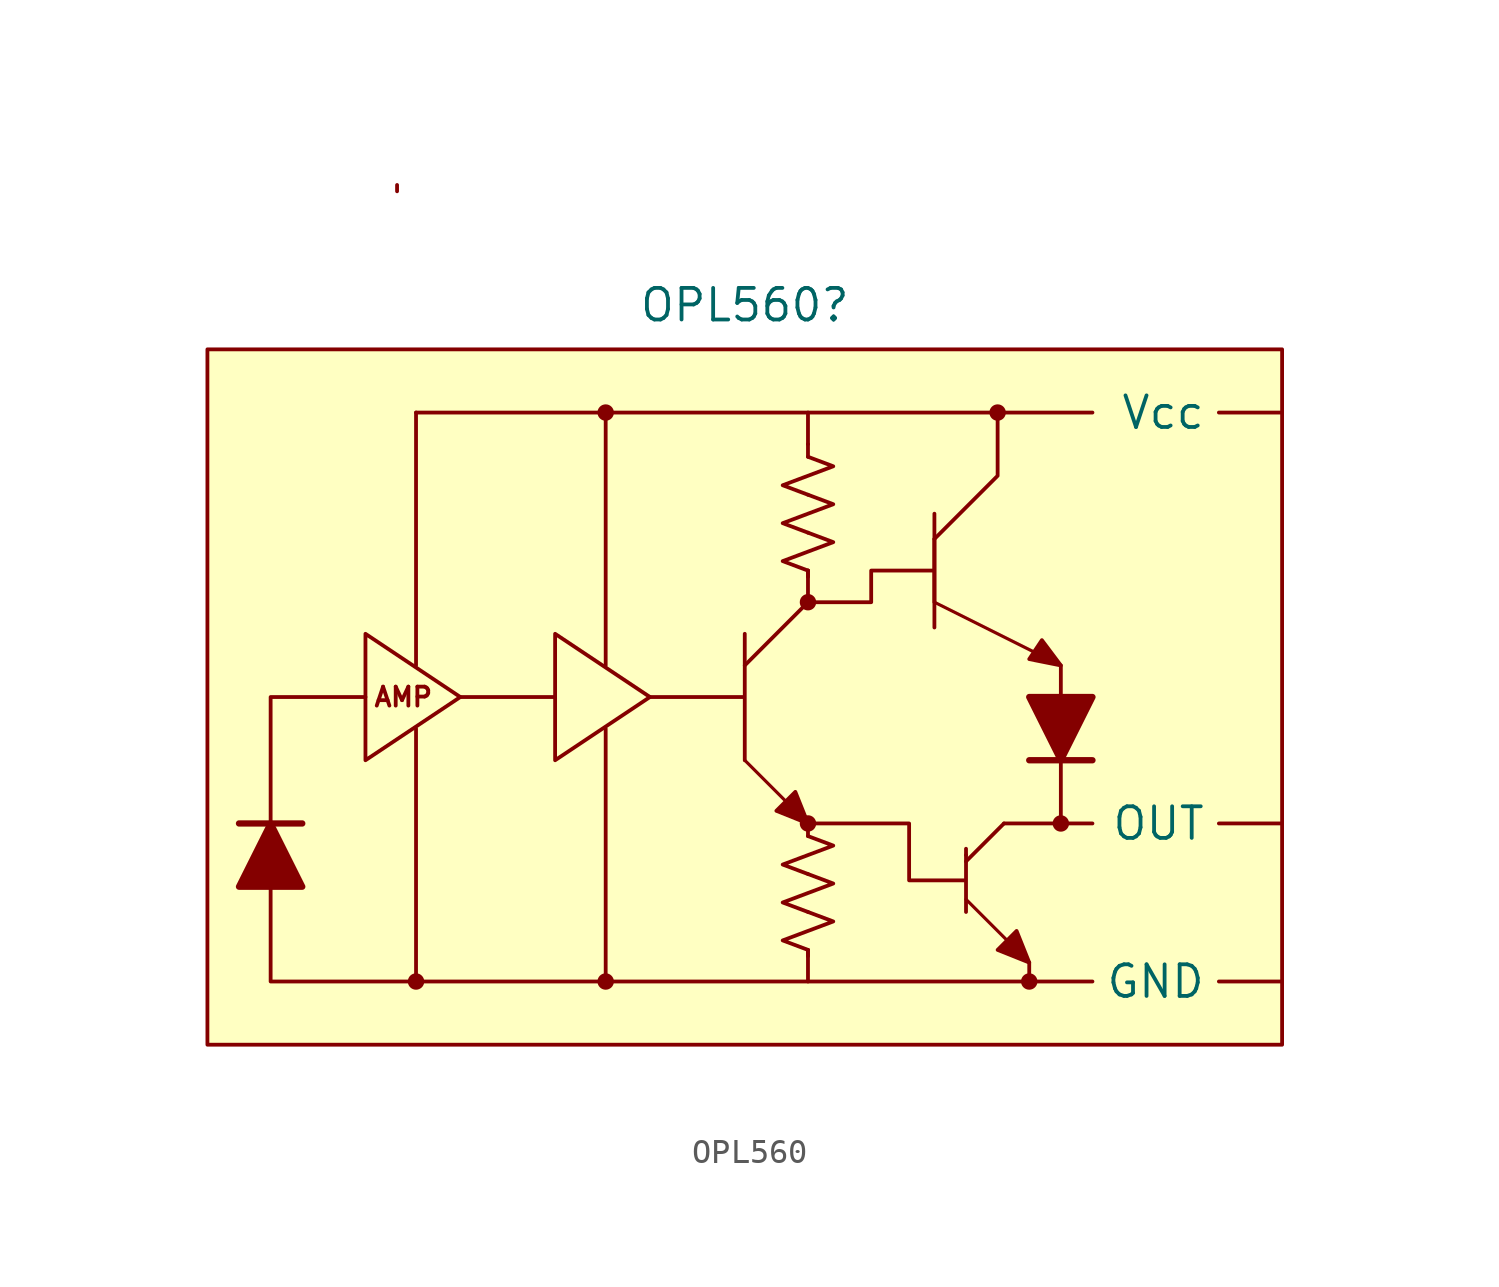
<source format=kicad_sym>
(kicad_symbol_lib
  (version 20231120)
  (generator "kicad_symbol_editor")
  (generator_version "8.0")
  (symbol "OPL560"
    (property "Reference" "OPL560"
      (at 0 15.748 0)
      (effects (font (size 1.27 1.27))))
    (property "Value" ""
      (at -3.81 0 0)
      (effects (font (size 1.27 1.27))))
    (symbol "OPL560_0_1"
      (polyline (pts (xy -19.05 -7.62) (xy -19.05 -5.08)) (stroke (width 0) (type default)) (fill (type none)))
      (polyline (pts (xy -17.78 -5.08) (xy -20.32 -5.08)) (stroke (width 0.254) (type default)) (fill (type none)))
      (polyline (pts (xy -13.97 20.574) (xy -13.97 20.32)) (stroke (width 0) (type default)) (fill (type none)))
      (polyline (pts (xy 2.54 -10.16) (xy 2.54 -10.414)) (stroke (width 0) (type default)) (fill (type none)))
      (polyline (pts (xy 2.54 -5.08) (xy 2.54 -5.334)) (stroke (width 0) (type default)) (fill (type none)))
      (polyline (pts (xy 2.54 5.08) (xy 2.54 4.826)) (stroke (width 0) (type default)) (fill (type none)))
      (polyline (pts (xy 2.54 9.652) (xy 2.54 10.16)) (stroke (width 0) (type default)) (fill (type none)))
      (polyline (pts (xy 11.43 -2.54) (xy 13.97 -2.54)) (stroke (width 0.254) (type default)) (fill (type none)))
      (polyline (pts (xy 12.7 0) (xy 12.7 -2.54)) (stroke (width 0) (type default)) (fill (type none)))
      (polyline (pts (xy 2.54 -5.08) (xy 1.27 -4.572) (xy 2.032 -3.81) (xy 2.54 -5.08)) (stroke (width 0) (type default)) (fill (type outline)))
      (polyline (pts (xy 11.43 -10.668) (xy 10.16 -10.16) (xy 10.922 -9.398) (xy 11.43 -10.668)) (stroke (width 0) (type default)) (fill (type outline)))
      (polyline (pts (xy 12.7 1.27) (xy 11.43 1.524) (xy 11.938 2.286) (xy 12.7 1.27)) (stroke (width 0) (type default)) (fill (type outline)))
      (polyline (pts (xy 2.54 -8.636) (xy 3.556 -9.017) (xy 2.54 -9.398) (xy 1.524 -9.779) (xy 2.54 -10.16)) (stroke (width 0) (type default)) (fill (type none)))
      (polyline (pts (xy 2.54 -7.112) (xy 3.556 -7.493) (xy 2.54 -7.874) (xy 1.524 -8.255) (xy 2.54 -8.636)) (stroke (width 0) (type default)) (fill (type none)))
      (polyline (pts (xy 2.54 -5.588) (xy 3.556 -5.969) (xy 2.54 -6.35) (xy 1.524 -6.731) (xy 2.54 -7.112)) (stroke (width 0) (type default)) (fill (type none)))
      (polyline (pts (xy 2.54 6.604) (xy 3.556 6.223) (xy 2.54 5.842) (xy 1.524 5.461) (xy 2.54 5.08)) (stroke (width 0) (type default)) (fill (type none)))
      (polyline (pts (xy 2.54 8.128) (xy 3.556 7.747) (xy 2.54 7.366) (xy 1.524 6.985) (xy 2.54 6.604)) (stroke (width 0) (type default)) (fill (type none)))
      (polyline (pts (xy 2.54 9.652) (xy 3.556 9.271) (xy 2.54 8.89) (xy 1.524 8.509) (xy 2.54 8.128)) (stroke (width 0) (type default)) (fill (type none))))
    (symbol "OPL560_1_1"
      (rectangle (start -21.59 13.97) (end 21.59 -13.97) (stroke (width 0) (type default)) (fill (type background)))
      (circle (center -13.208 -11.43) (radius 0.254) (stroke (width 0) (type default)) (fill (type outline)))
      (circle (center -5.588 -11.43) (radius 0.254) (stroke (width 0) (type default)) (fill (type outline)))
      (circle (center -5.588 11.43) (radius 0.254) (stroke (width 0) (type default)) (fill (type outline)))
      (polyline (pts (xy -13.208 -1.27) (xy -13.208 -11.43)) (stroke (width 0) (type default)) (fill (type none)))
      (polyline (pts (xy -13.208 1.27) (xy -13.208 11.43)) (stroke (width 0) (type default)) (fill (type none)))
      (polyline (pts (xy -11.43 0) (xy -7.62 0)) (stroke (width 0) (type default)) (fill (type none)))
      (polyline (pts (xy -5.588 -1.27) (xy -5.588 -11.43)) (stroke (width 0) (type default)) (fill (type none)))
      (polyline (pts (xy -5.588 1.27) (xy -5.588 11.43)) (stroke (width 0) (type default)) (fill (type none)))
      (polyline (pts (xy 0 1.27) (xy 2.54 3.81)) (stroke (width 0) (type default)) (fill (type none)))
      (polyline (pts (xy 2.54 -10.16) (xy 2.54 -11.43)) (stroke (width 0) (type default)) (fill (type none)))
      (polyline (pts (xy 2.54 -5.588) (xy 2.54 -5.08)) (stroke (width 0) (type default)) (fill (type none)))
      (polyline (pts (xy 2.54 -5.08) (xy 0 -2.54)) (stroke (width 0.127) (type default)) (fill (type none)))
      (polyline (pts (xy 2.54 5.08) (xy 2.54 3.81)) (stroke (width 0) (type default)) (fill (type none)))
      (polyline (pts (xy 2.54 5.08) (xy 2.54 5.08)) (stroke (width 0) (type default)) (fill (type none)))
      (polyline (pts (xy 2.54 10.16) (xy 2.54 11.43)) (stroke (width 0) (type default)) (fill (type none)))
      (polyline (pts (xy 8.89 -6.604) (xy 10.414 -5.08)) (stroke (width 0) (type default)) (fill (type none)))
      (polyline (pts (xy 8.89 -6.35) (xy 8.89 -6.35)) (stroke (width 0) (type default)) (fill (type none)))
      (polyline (pts (xy 10.414 -5.08) (xy 12.954 -5.08)) (stroke (width 0) (type default)) (fill (type none)))
      (polyline (pts (xy 11.43 -10.668) (xy 8.89 -8.128)) (stroke (width 0.127) (type default)) (fill (type none)))
      (polyline (pts (xy 11.43 -10.668) (xy 11.43 -11.43)) (stroke (width 0) (type default)) (fill (type none)))
      (polyline (pts (xy 11.684 1.778) (xy 7.62 3.81)) (stroke (width 0.127) (type default)) (fill (type none)))
      (polyline (pts (xy 12.7 1.27) (xy 12.7 0)) (stroke (width 0) (type default)) (fill (type none)))
      (polyline (pts (xy -19.05 -7.62) (xy -19.05 -11.43) (xy 13.97 -11.43)) (stroke (width 0) (type default)) (fill (type none)))
      (polyline (pts (xy -15.24 0) (xy -19.05 0) (xy -19.05 -5.08)) (stroke (width 0) (type default)) (fill (type none)))
      (polyline (pts (xy 7.62 6.35) (xy 7.62 2.794) (xy 7.62 7.366)) (stroke (width 0) (type default)) (fill (type none)))
      (polyline (pts (xy 7.62 6.35) (xy 10.16 8.89) (xy 10.16 11.43)) (stroke (width 0) (type default)) (fill (type none)))
      (polyline (pts (xy 12.7 -2.54) (xy 12.7 -5.08) (xy 13.97 -5.08)) (stroke (width 0) (type default)) (fill (type none)))
      (polyline (pts (xy 13.97 11.43) (xy -13.208 11.43) (xy -8.89 11.43)) (stroke (width 0) (type default)) (fill (type none)))
      (polyline (pts (xy -17.78 -7.62) (xy -20.32 -7.62) (xy -19.05 -5.08) (xy -17.78 -7.62)) (stroke (width 0.254) (type default)) (fill (type outline)))
      (polyline (pts (xy -11.43 0) (xy -15.24 2.54) (xy -15.24 -2.54) (xy -11.43 0)) (stroke (width 0) (type default)) (fill (type background)))
      (polyline (pts (xy -7.62 2.54) (xy -3.81 0) (xy -7.62 -2.54) (xy -7.62 2.54)) (stroke (width 0) (type default)) (fill (type none)))
      (polyline (pts (xy -3.81 0) (xy 0 0) (xy 0 2.54) (xy 0 -2.54)) (stroke (width 0) (type default)) (fill (type none)))
      (polyline (pts (xy 11.43 0) (xy 13.97 0) (xy 12.7 -2.54) (xy 11.43 0)) (stroke (width 0.254) (type default)) (fill (type outline)))
      (polyline (pts (xy 2.54 -5.08) (xy 6.604 -5.08) (xy 6.604 -7.366) (xy 8.89 -7.366) (xy 8.89 -6.096) (xy 8.89 -8.636)) (stroke (width 0) (type default)) (fill (type none)))
      (polyline (pts (xy 2.54 3.81) (xy 5.08 3.81) (xy 5.08 5.08) (xy 7.62 5.08) (xy 7.62 6.35) (xy 7.62 3.81)) (stroke (width 0) (type default)) (fill (type none)))
      (circle (center 2.54 -5.08) (radius 0.254) (stroke (width 0) (type default)) (fill (type outline)))
      (circle (center 2.54 3.81) (radius 0.254) (stroke (width 0) (type default)) (fill (type outline)))
      (circle (center 10.16 11.43) (radius 0.254) (stroke (width 0) (type default)) (fill (type outline)))
      (circle (center 11.43 -11.43) (radius 0.254) (stroke (width 0) (type default)) (fill (type outline)))
      (circle (center 12.7 -5.08) (radius 0.254) (stroke (width 0) (type default)) (fill (type outline)))
      (text "AMP" (at -13.716 0 0) (effects (font (size 0.762 0.762))))
      (pin input line (at 21.59 -11.43 180) (length 2.54) (name "GND" (effects (font (size 1.27 1.27)))) (number "" (effects (font (size 1.27 1.27)))))
      (pin input line (at 21.59 -5.08 180) (length 2.54) (name "OUT" (effects (font (size 1.27 1.27)))) (number "" (effects (font (size 1.27 1.27)))))
      (pin input line (at 21.59 11.43 180) (length 2.54) (name "Vcc" (effects (font (size 1.27 1.27)))) (number "" (effects (font (size 1.27 1.27))))))))
</source>
